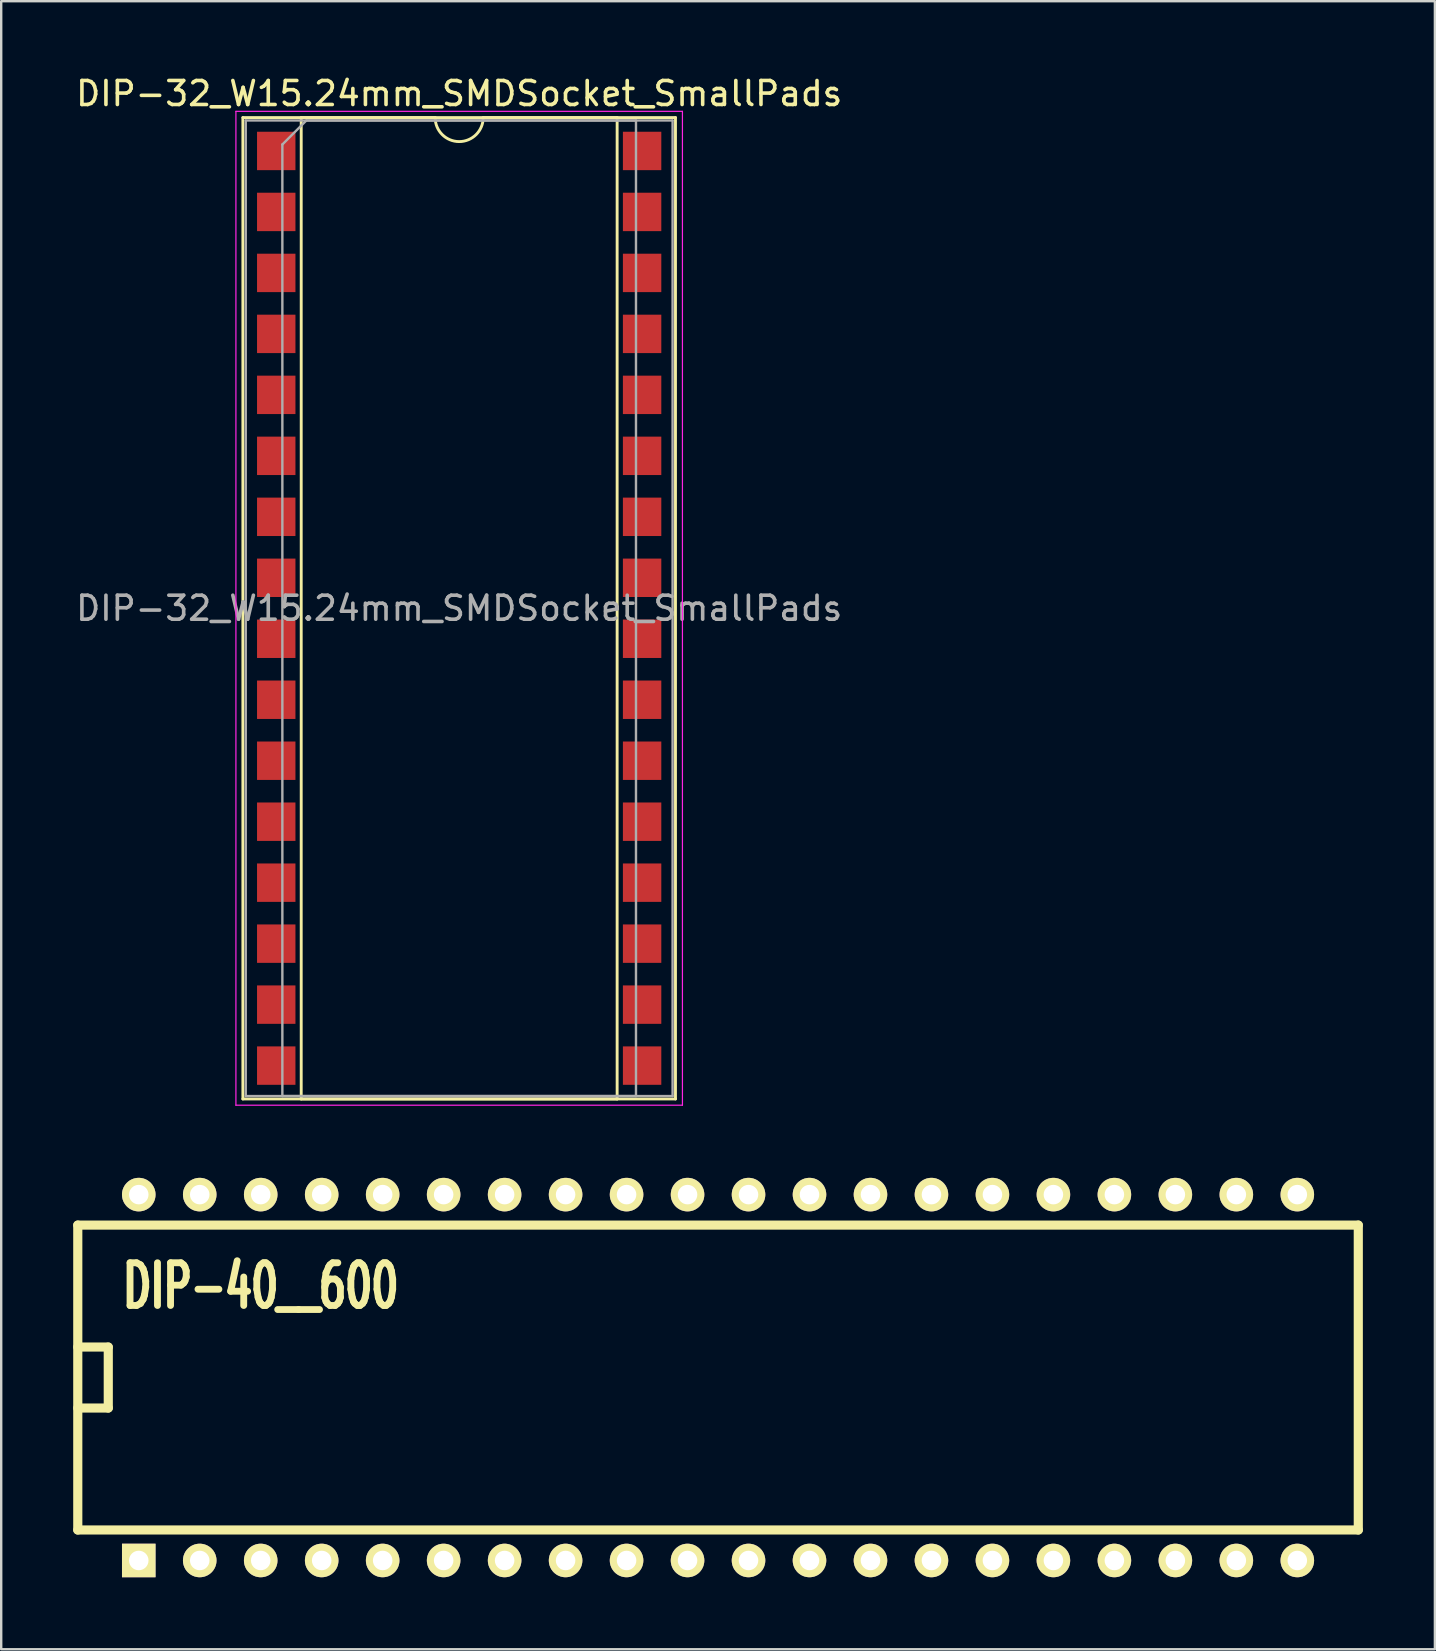
<source format=kicad_pcb>
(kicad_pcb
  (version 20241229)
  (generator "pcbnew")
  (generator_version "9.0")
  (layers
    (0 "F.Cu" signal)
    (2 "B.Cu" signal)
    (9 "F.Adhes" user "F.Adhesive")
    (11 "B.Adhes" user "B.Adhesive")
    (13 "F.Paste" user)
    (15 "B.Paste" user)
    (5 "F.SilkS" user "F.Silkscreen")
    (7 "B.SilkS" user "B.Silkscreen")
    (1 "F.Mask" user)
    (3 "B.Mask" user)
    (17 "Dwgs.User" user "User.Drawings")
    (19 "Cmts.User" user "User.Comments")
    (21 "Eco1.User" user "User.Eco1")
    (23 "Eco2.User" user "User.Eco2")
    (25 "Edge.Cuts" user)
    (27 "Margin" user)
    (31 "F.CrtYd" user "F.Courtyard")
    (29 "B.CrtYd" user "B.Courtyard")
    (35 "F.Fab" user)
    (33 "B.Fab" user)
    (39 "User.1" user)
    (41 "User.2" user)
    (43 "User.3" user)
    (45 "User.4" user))
  (footprint "DIP-32_W15.24mm_SMDSocket_SmallPads"
    (layer "F.Cu")
    (at 16.077 22.288)
    (property "Reference" "DIP-32_W15.24mm_SMDSocket_SmallPads" (at 0 -21.44 0) (layer "F.SilkS") (effects (font (size 1 1) (thickness 0.15))))
    (attr smd)
    (fp_line (start -9.01 -20.44) (end -9.01 20.44) (stroke (width 0.12) (type solid)) (layer "F.SilkS"))
    (fp_line (start -9.01 20.44) (end 9.01 20.44) (stroke (width 0.12) (type solid)) (layer "F.SilkS"))
    (fp_line (start -6.58 -20.44) (end -6.58 20.44) (stroke (width 0.12) (type solid)) (layer "F.SilkS"))
    (fp_line (start -6.58 20.44) (end 6.58 20.44) (stroke (width 0.12) (type solid)) (layer "F.SilkS"))
    (fp_line (start -1 -20.44) (end -6.58 -20.44) (stroke (width 0.12) (type solid)) (layer "F.SilkS"))
    (fp_line (start 6.58 -20.44) (end 1 -20.44) (stroke (width 0.12) (type solid)) (layer "F.SilkS"))
    (fp_line (start 6.58 20.44) (end 6.58 -20.44) (stroke (width 0.12) (type solid)) (layer "F.SilkS"))
    (fp_line (start 9.01 -20.44) (end -9.01 -20.44) (stroke (width 0.12) (type solid)) (layer "F.SilkS"))
    (fp_line (start 9.01 20.44) (end 9.01 -20.44) (stroke (width 0.12) (type solid)) (layer "F.SilkS"))
    (fp_arc (start 1 -20.44) (mid 0 -19.44) (end -1 -20.44) (stroke (width 0.12) (type solid)) (layer "F.SilkS"))
    (fp_line (start -9.3 -20.7) (end -9.3 20.7) (stroke (width 0.05) (type solid)) (layer "F.CrtYd"))
    (fp_line (start -9.3 20.7) (end 9.3 20.7) (stroke (width 0.05) (type solid)) (layer "F.CrtYd"))
    (fp_line (start 9.3 -20.7) (end -9.3 -20.7) (stroke (width 0.05) (type solid)) (layer "F.CrtYd"))
    (fp_line (start 9.3 20.7) (end 9.3 -20.7) (stroke (width 0.05) (type solid)) (layer "F.CrtYd"))
    (fp_line (start -8.89 -20.32) (end -8.89 20.32) (stroke (width 0.1) (type solid)) (layer "F.Fab"))
    (fp_line (start -8.89 20.32) (end 8.89 20.32) (stroke (width 0.1) (type solid)) (layer "F.Fab"))
    (fp_line (start -7.365 -19.32) (end -6.365 -20.32) (stroke (width 0.1) (type solid)) (layer "F.Fab"))
    (fp_line (start -7.365 20.32) (end -7.365 -19.32) (stroke (width 0.1) (type solid)) (layer "F.Fab"))
    (fp_line (start -6.365 -20.32) (end 7.365 -20.32) (stroke (width 0.1) (type solid)) (layer "F.Fab"))
    (fp_line (start 7.365 -20.32) (end 7.365 20.32) (stroke (width 0.1) (type solid)) (layer "F.Fab"))
    (fp_line (start 7.365 20.32) (end -7.365 20.32) (stroke (width 0.1) (type solid)) (layer "F.Fab"))
    (fp_line (start 8.89 -20.32) (end -8.89 -20.32) (stroke (width 0.1) (type solid)) (layer "F.Fab"))
    (fp_line (start 8.89 20.32) (end 8.89 -20.32) (stroke (width 0.1) (type solid)) (layer "F.Fab"))
    (fp_text user "${REFERENCE}" (at 0 0 0) (layer "F.Fab") (effects (font (size 1 1) (thickness 0.15))))
    (pad "1" smd rect (at -7.62 -19.05) (size 1.6 1.6) (layers "F.Cu" "F.Mask" "F.Paste"))
    (pad "2" smd rect (at -7.62 -16.51) (size 1.6 1.6) (layers "F.Cu" "F.Mask" "F.Paste"))
    (pad "3" smd rect (at -7.62 -13.97) (size 1.6 1.6) (layers "F.Cu" "F.Mask" "F.Paste"))
    (pad "4" smd rect (at -7.62 -11.43) (size 1.6 1.6) (layers "F.Cu" "F.Mask" "F.Paste"))
    (pad "5" smd rect (at -7.62 -8.89) (size 1.6 1.6) (layers "F.Cu" "F.Mask" "F.Paste"))
    (pad "6" smd rect (at -7.62 -6.35) (size 1.6 1.6) (layers "F.Cu" "F.Mask" "F.Paste"))
    (pad "7" smd rect (at -7.62 -3.81) (size 1.6 1.6) (layers "F.Cu" "F.Mask" "F.Paste"))
    (pad "8" smd rect (at -7.62 -1.27) (size 1.6 1.6) (layers "F.Cu" "F.Mask" "F.Paste"))
    (pad "9" smd rect (at -7.62 1.27) (size 1.6 1.6) (layers "F.Cu" "F.Mask" "F.Paste"))
    (pad "10" smd rect (at -7.62 3.81) (size 1.6 1.6) (layers "F.Cu" "F.Mask" "F.Paste"))
    (pad "11" smd rect (at -7.62 6.35) (size 1.6 1.6) (layers "F.Cu" "F.Mask" "F.Paste"))
    (pad "12" smd rect (at -7.62 8.89) (size 1.6 1.6) (layers "F.Cu" "F.Mask" "F.Paste"))
    (pad "13" smd rect (at -7.62 11.43) (size 1.6 1.6) (layers "F.Cu" "F.Mask" "F.Paste"))
    (pad "14" smd rect (at -7.62 13.97) (size 1.6 1.6) (layers "F.Cu" "F.Mask" "F.Paste"))
    (pad "15" smd rect (at -7.62 16.51) (size 1.6 1.6) (layers "F.Cu" "F.Mask" "F.Paste"))
    (pad "16" smd rect (at -7.62 19.05) (size 1.6 1.6) (layers "F.Cu" "F.Mask" "F.Paste"))
    (pad "17" smd rect (at 7.62 19.05) (size 1.6 1.6) (layers "F.Cu" "F.Mask" "F.Paste"))
    (pad "18" smd rect (at 7.62 16.51) (size 1.6 1.6) (layers "F.Cu" "F.Mask" "F.Paste"))
    (pad "19" smd rect (at 7.62 13.97) (size 1.6 1.6) (layers "F.Cu" "F.Mask" "F.Paste"))
    (pad "20" smd rect (at 7.62 11.43) (size 1.6 1.6) (layers "F.Cu" "F.Mask" "F.Paste"))
    (pad "21" smd rect (at 7.62 8.89) (size 1.6 1.6) (layers "F.Cu" "F.Mask" "F.Paste"))
    (pad "22" smd rect (at 7.62 6.35) (size 1.6 1.6) (layers "F.Cu" "F.Mask" "F.Paste"))
    (pad "23" smd rect (at 7.62 3.81) (size 1.6 1.6) (layers "F.Cu" "F.Mask" "F.Paste"))
    (pad "24" smd rect (at 7.62 1.27) (size 1.6 1.6) (layers "F.Cu" "F.Mask" "F.Paste"))
    (pad "25" smd rect (at 7.62 -1.27) (size 1.6 1.6) (layers "F.Cu" "F.Mask" "F.Paste"))
    (pad "26" smd rect (at 7.62 -3.81) (size 1.6 1.6) (layers "F.Cu" "F.Mask" "F.Paste"))
    (pad "27" smd rect (at 7.62 -6.35) (size 1.6 1.6) (layers "F.Cu" "F.Mask" "F.Paste"))
    (pad "28" smd rect (at 7.62 -8.89) (size 1.6 1.6) (layers "F.Cu" "F.Mask" "F.Paste"))
    (pad "29" smd rect (at 7.62 -11.43) (size 1.6 1.6) (layers "F.Cu" "F.Mask" "F.Paste"))
    (pad "30" smd rect (at 7.62 -13.97) (size 1.6 1.6) (layers "F.Cu" "F.Mask" "F.Paste"))
    (pad "31" smd rect (at 7.62 -16.51) (size 1.6 1.6) (layers "F.Cu" "F.Mask" "F.Paste"))
    (pad "32" smd rect (at 7.62 -19.05) (size 1.6 1.6) (layers "F.Cu" "F.Mask" "F.Paste")))
  (footprint "DIP-40__600"
    (layer "F.Cu")
    (at 26.86 54.332)
    (property "Reference" "DIP-40__600" (at -19.05 -3.81 0) (layer "F.SilkS") (effects (font (size 1.778 1.143) (thickness 0.305))))
    (attr through_hole)
    (fp_line (start -26.67 -6.35) (end 26.67 -6.35) (stroke (width 0.381) (type solid)) (layer "F.SilkS"))
    (fp_line (start -26.67 -1.27) (end -25.4 -1.27) (stroke (width 0.381) (type solid)) (layer "F.SilkS"))
    (fp_line (start -26.67 6.35) (end -26.67 -6.35) (stroke (width 0.381) (type solid)) (layer "F.SilkS"))
    (fp_line (start -25.4 -1.27) (end -25.4 1.27) (stroke (width 0.381) (type solid)) (layer "F.SilkS"))
    (fp_line (start -25.4 1.27) (end -26.67 1.27) (stroke (width 0.381) (type solid)) (layer "F.SilkS"))
    (fp_line (start 26.67 -6.35) (end 26.67 6.35) (stroke (width 0.381) (type solid)) (layer "F.SilkS"))
    (fp_line (start 26.67 6.35) (end -26.67 6.35) (stroke (width 0.381) (type solid)) (layer "F.SilkS"))
    (pad "1" thru_hole rect (at -24.13 7.62) (size 1.397 1.397) (drill 0.813) (layers "*.Cu" "*.Mask" "F.SilkS"))
    (pad "2" thru_hole circle (at -21.59 7.62) (size 1.397 1.397) (drill 0.813) (layers "*.Cu" "*.Mask" "F.SilkS"))
    (pad "3" thru_hole circle (at -19.05 7.62) (size 1.397 1.397) (drill 0.813) (layers "*.Cu" "*.Mask" "F.SilkS"))
    (pad "4" thru_hole circle (at -16.51 7.62) (size 1.397 1.397) (drill 0.813) (layers "*.Cu" "*.Mask" "F.SilkS"))
    (pad "5" thru_hole circle (at -13.97 7.62) (size 1.397 1.397) (drill 0.813) (layers "*.Cu" "*.Mask" "F.SilkS"))
    (pad "6" thru_hole circle (at -11.43 7.62) (size 1.397 1.397) (drill 0.813) (layers "*.Cu" "*.Mask" "F.SilkS"))
    (pad "7" thru_hole circle (at -8.89 7.62) (size 1.397 1.397) (drill 0.813) (layers "*.Cu" "*.Mask" "F.SilkS"))
    (pad "8" thru_hole circle (at -6.35 7.62) (size 1.397 1.397) (drill 0.813) (layers "*.Cu" "*.Mask" "F.SilkS"))
    (pad "9" thru_hole circle (at -3.81 7.62) (size 1.397 1.397) (drill 0.813) (layers "*.Cu" "*.Mask" "F.SilkS"))
    (pad "10" thru_hole circle (at -1.27 7.62) (size 1.397 1.397) (drill 0.813) (layers "*.Cu" "*.Mask" "F.SilkS"))
    (pad "11" thru_hole circle (at 1.27 7.62) (size 1.397 1.397) (drill 0.813) (layers "*.Cu" "*.Mask" "F.SilkS"))
    (pad "12" thru_hole circle (at 3.81 7.62) (size 1.397 1.397) (drill 0.813) (layers "*.Cu" "*.Mask" "F.SilkS"))
    (pad "13" thru_hole circle (at 6.35 7.62) (size 1.397 1.397) (drill 0.813) (layers "*.Cu" "*.Mask" "F.SilkS"))
    (pad "14" thru_hole circle (at 8.89 7.62) (size 1.397 1.397) (drill 0.813) (layers "*.Cu" "*.Mask" "F.SilkS"))
    (pad "15" thru_hole circle (at 11.43 7.62) (size 1.397 1.397) (drill 0.813) (layers "*.Cu" "*.Mask" "F.SilkS"))
    (pad "16" thru_hole circle (at 13.97 7.62) (size 1.397 1.397) (drill 0.813) (layers "*.Cu" "*.Mask" "F.SilkS"))
    (pad "17" thru_hole circle (at 16.51 7.62) (size 1.397 1.397) (drill 0.813) (layers "*.Cu" "*.Mask" "F.SilkS"))
    (pad "18" thru_hole circle (at 19.05 7.62) (size 1.397 1.397) (drill 0.813) (layers "*.Cu" "*.Mask" "F.SilkS"))
    (pad "19" thru_hole circle (at 21.59 7.62) (size 1.397 1.397) (drill 0.813) (layers "*.Cu" "*.Mask" "F.SilkS"))
    (pad "20" thru_hole circle (at 24.13 7.62) (size 1.397 1.397) (drill 0.813) (layers "*.Cu" "*.Mask" "F.SilkS"))
    (pad "21" thru_hole circle (at 24.13 -7.62) (size 1.397 1.397) (drill 0.813) (layers "*.Cu" "*.Mask" "F.SilkS"))
    (pad "22" thru_hole circle (at 21.59 -7.62) (size 1.397 1.397) (drill 0.813) (layers "*.Cu" "*.Mask" "F.SilkS"))
    (pad "23" thru_hole circle (at 19.05 -7.62) (size 1.397 1.397) (drill 0.813) (layers "*.Cu" "*.Mask" "F.SilkS"))
    (pad "24" thru_hole circle (at 16.51 -7.62) (size 1.397 1.397) (drill 0.813) (layers "*.Cu" "*.Mask" "F.SilkS"))
    (pad "25" thru_hole circle (at 13.97 -7.62) (size 1.397 1.397) (drill 0.813) (layers "*.Cu" "*.Mask" "F.SilkS"))
    (pad "26" thru_hole circle (at 11.43 -7.62) (size 1.397 1.397) (drill 0.813) (layers "*.Cu" "*.Mask" "F.SilkS"))
    (pad "27" thru_hole circle (at 8.89 -7.62) (size 1.397 1.397) (drill 0.813) (layers "*.Cu" "*.Mask" "F.SilkS"))
    (pad "28" thru_hole circle (at 6.35 -7.62) (size 1.397 1.397) (drill 0.813) (layers "*.Cu" "*.Mask" "F.SilkS"))
    (pad "29" thru_hole circle (at 3.81 -7.62) (size 1.397 1.397) (drill 0.813) (layers "*.Cu" "*.Mask" "F.SilkS"))
    (pad "30" thru_hole circle (at 1.27 -7.62) (size 1.397 1.397) (drill 0.813) (layers "*.Cu" "*.Mask" "F.SilkS"))
    (pad "31" thru_hole circle (at -1.27 -7.62) (size 1.397 1.397) (drill 0.813) (layers "*.Cu" "*.Mask" "F.SilkS"))
    (pad "32" thru_hole circle (at -3.81 -7.62) (size 1.397 1.397) (drill 0.813) (layers "*.Cu" "*.Mask" "F.SilkS"))
    (pad "33" thru_hole circle (at -6.35 -7.62) (size 1.397 1.397) (drill 0.813) (layers "*.Cu" "*.Mask" "F.SilkS"))
    (pad "34" thru_hole circle (at -8.89 -7.62) (size 1.397 1.397) (drill 0.813) (layers "*.Cu" "*.Mask" "F.SilkS"))
    (pad "35" thru_hole circle (at -11.43 -7.62) (size 1.397 1.397) (drill 0.813) (layers "*.Cu" "*.Mask" "F.SilkS"))
    (pad "36" thru_hole circle (at -13.97 -7.62) (size 1.397 1.397) (drill 0.813) (layers "*.Cu" "*.Mask" "F.SilkS"))
    (pad "37" thru_hole circle (at -16.51 -7.62) (size 1.397 1.397) (drill 0.813) (layers "*.Cu" "*.Mask" "F.SilkS"))
    (pad "38" thru_hole circle (at -19.05 -7.62) (size 1.397 1.397) (drill 0.813) (layers "*.Cu" "*.Mask" "F.SilkS"))
    (pad "39" thru_hole circle (at -21.59 -7.62) (size 1.397 1.397) (drill 0.813) (layers "*.Cu" "*.Mask" "F.SilkS"))
    (pad "40" thru_hole circle (at -24.13 -7.62) (size 1.397 1.397) (drill 0.813) (layers "*.Cu" "*.Mask" "F.SilkS")))
  (gr_rect
    (start -3 -3)
    (end 56.721 65.65)
    (stroke (width 0.1) (type default))
    (fill no)
    (layer "Edge.Cuts")))
</source>
